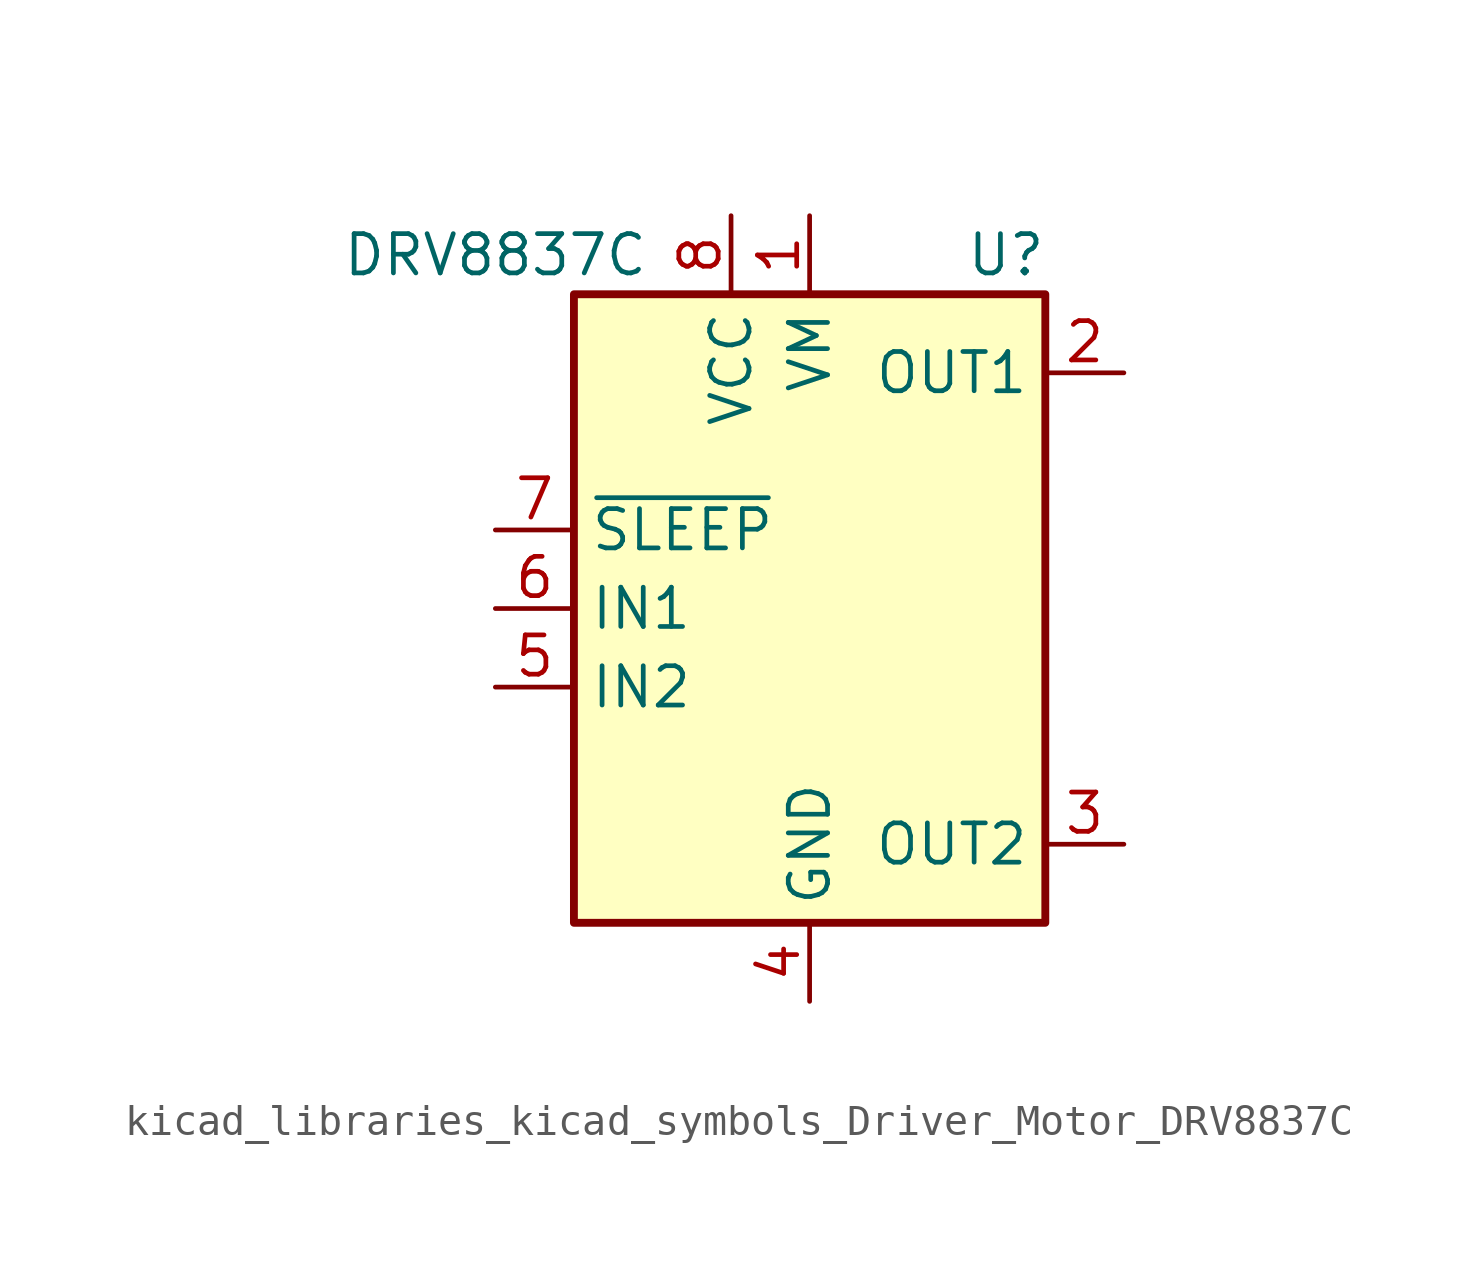
<source format=kicad_sym>
(kicad_symbol_lib
  (version 20220914)
  (generator kicad_symbol_editor)
  (symbol "kicad_libraries_kicad_symbols_Driver_Motor_DRV8837C"
    (property "Reference" "U"
      (at 6.35 11.43 0)
      (effects (font (size 1.27 1.27))))
    (property "Value" "DRV8837C"
      (at -10.16 11.43 0)
      (effects (font (size 1.27 1.27))))
    (symbol "kicad_libraries_kicad_symbols_Driver_Motor_DRV8837C_0_1"
      (rectangle (start -7.62 10.16) (end 7.62 -10.16) (stroke (width 0.254) (type default)) (fill (type background))))
    (symbol "kicad_libraries_kicad_symbols_Driver_Motor_DRV8837C_1_1"
      (pin power_in line (at 0 12.7 270) (length 2.54) (name "VM" (effects (font (size 1.27 1.27)))) (number "1" (effects (font (size 1.27 1.27)))))
      (pin output line (at 10.16 7.62 180) (length 2.54) (name "OUT1" (effects (font (size 1.27 1.27)))) (number "2" (effects (font (size 1.27 1.27)))))
      (pin output line (at 10.16 -7.62 180) (length 2.54) (name "OUT2" (effects (font (size 1.27 1.27)))) (number "3" (effects (font (size 1.27 1.27)))))
      (pin power_in line (at 0 -12.7 90) (length 2.54) (name "GND" (effects (font (size 1.27 1.27)))) (number "4" (effects (font (size 1.27 1.27)))))
      (pin input line (at -10.16 -2.54 0) (length 2.54) (name "IN2" (effects (font (size 1.27 1.27)))) (number "5" (effects (font (size 1.27 1.27)))))
      (pin input line (at -10.16 0 0) (length 2.54) (name "IN1" (effects (font (size 1.27 1.27)))) (number "6" (effects (font (size 1.27 1.27)))))
      (pin input line (at -10.16 2.54 0) (length 2.54) (name "~{SLEEP}" (effects (font (size 1.27 1.27)))) (number "7" (effects (font (size 1.27 1.27)))))
      (pin power_in line (at -2.54 12.7 270) (length 2.54) (name "VCC" (effects (font (size 1.27 1.27)))) (number "8" (effects (font (size 1.27 1.27)))))
      (pin passive line (at 0 -12.7 90) (length 2.54) hide (name "GND" (effects (font (size 1.27 1.27)))) (number "9" (effects (font (size 1.27 1.27))))))))
</source>
